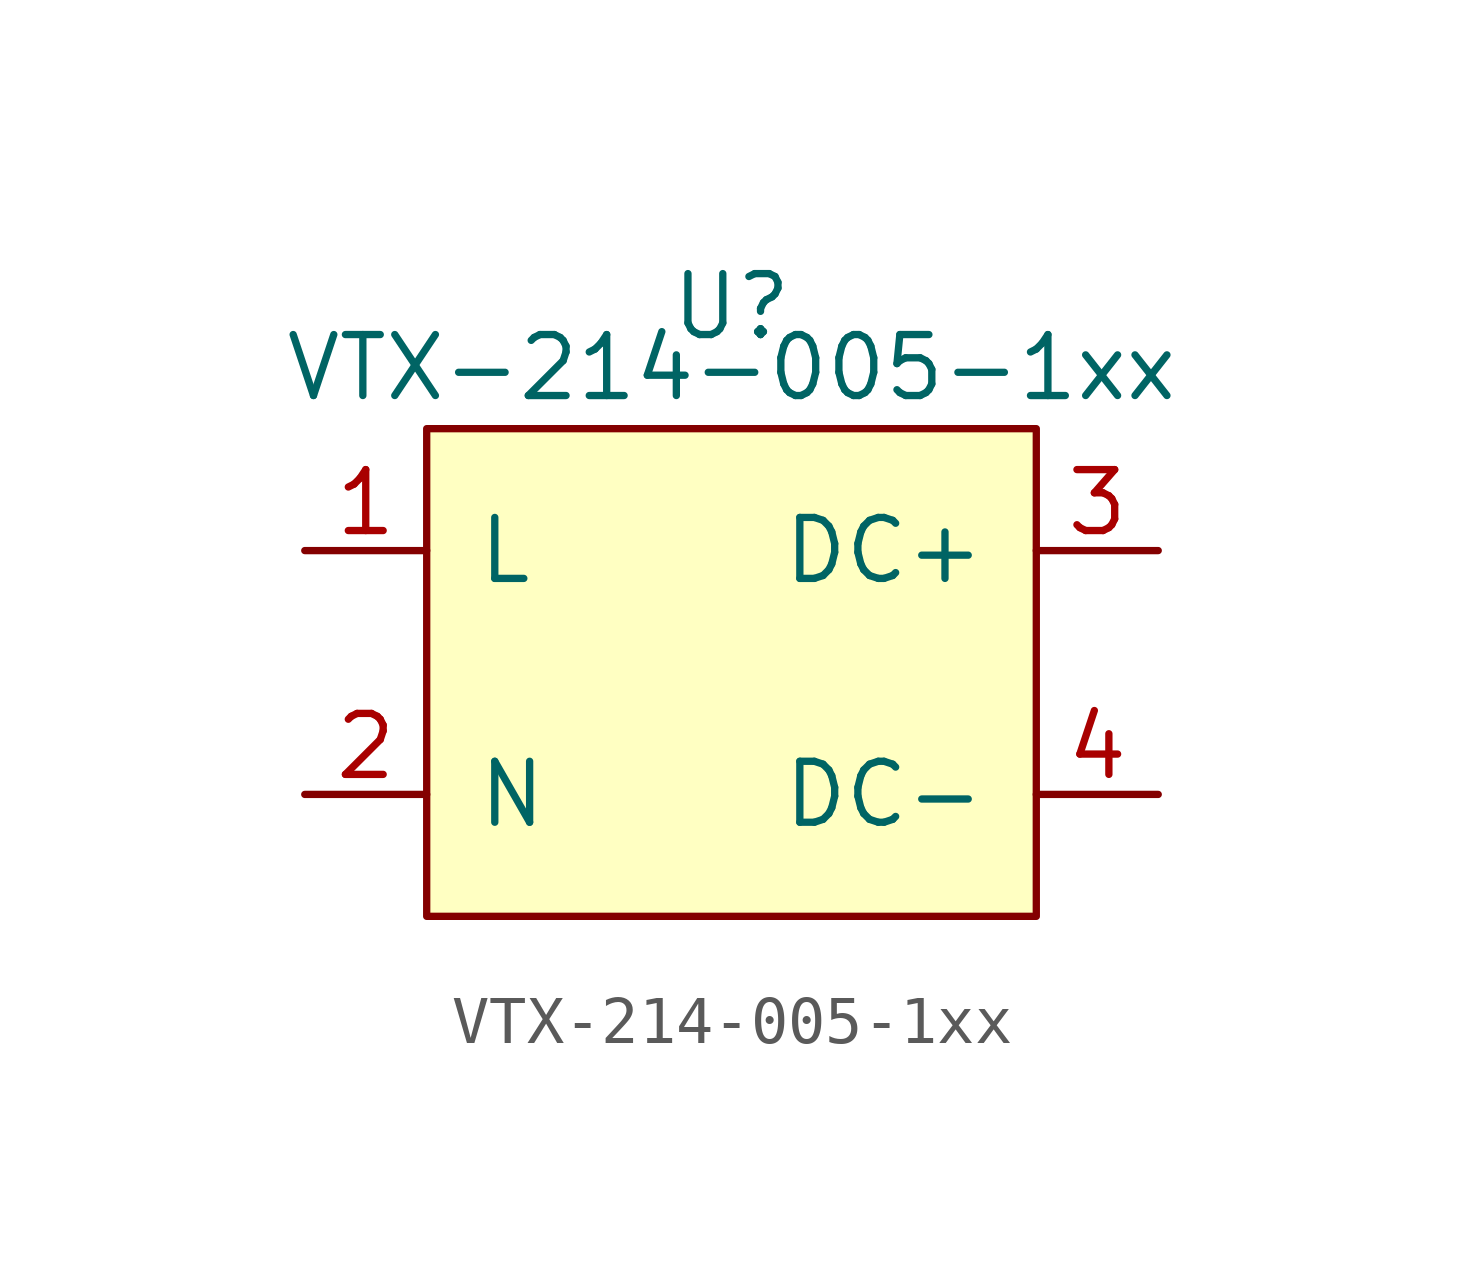
<source format=kicad_sym>
(kicad_symbol_lib
  (version 20211014)
  (generator kicad_symbol_editor)
  (symbol "VTX-214-005-1xx"
    (pin_names
      (offset 1.016))
    (property "Reference" "U"
      (at 0 7.62 0)
      (effects (font (size 1.27 1.27))))
    (property "Value" "VTX-214-005-1xx"
      (at 0 6.35 0)
      (effects (font (size 1.27 1.27))))
    (symbol "VTX-214-005-1xx_0_1"
      (rectangle (start -6.35 5.08) (end 6.35 -5.08) (stroke (width 0) (type default) (color 0 0 0 0)) (fill (type background))))
    (symbol "VTX-214-005-1xx_1_1"
      (pin power_in line (at -8.89 2.54 0) (length 2.54) (name "L" (effects (font (size 1.27 1.27)))) (number "1" (effects (font (size 1.27 1.27)))))
      (pin power_in line (at -8.89 -2.54 0) (length 2.54) (name "N" (effects (font (size 1.27 1.27)))) (number "2" (effects (font (size 1.27 1.27)))))
      (pin power_out line (at 8.89 2.54 180) (length 2.54) (name "DC+" (effects (font (size 1.27 1.27)))) (number "3" (effects (font (size 1.27 1.27)))))
      (pin power_out line (at 8.89 -2.54 180) (length 2.54) (name "DC-" (effects (font (size 1.27 1.27)))) (number "4" (effects (font (size 1.27 1.27))))))))
</source>
